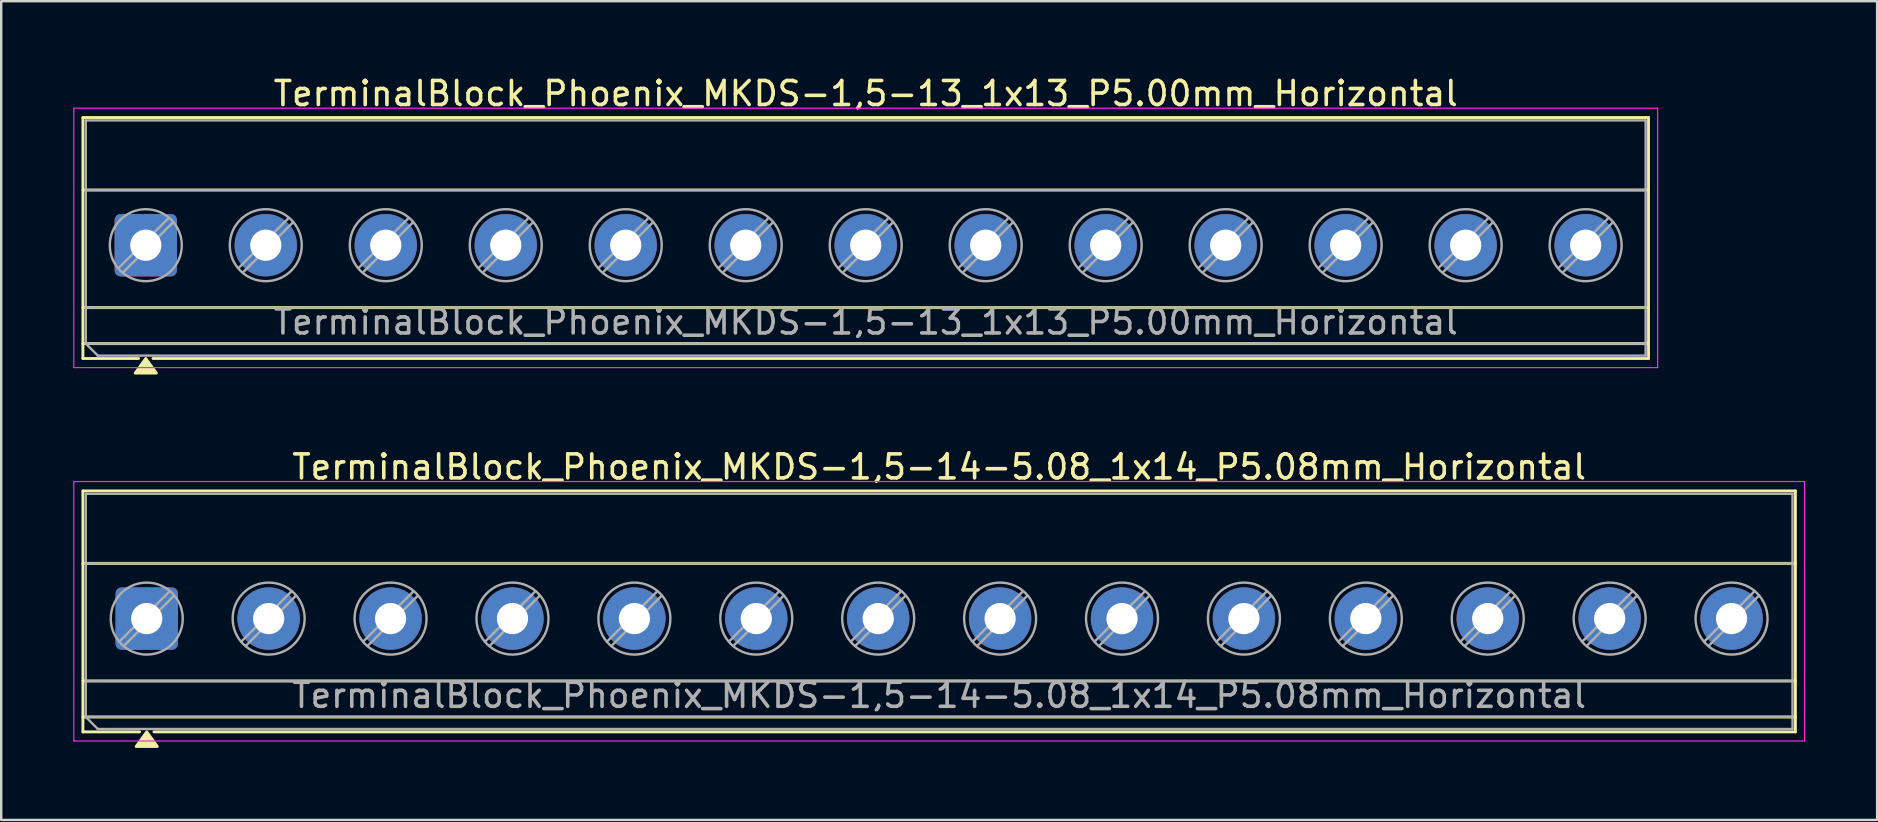
<source format=kicad_pcb>
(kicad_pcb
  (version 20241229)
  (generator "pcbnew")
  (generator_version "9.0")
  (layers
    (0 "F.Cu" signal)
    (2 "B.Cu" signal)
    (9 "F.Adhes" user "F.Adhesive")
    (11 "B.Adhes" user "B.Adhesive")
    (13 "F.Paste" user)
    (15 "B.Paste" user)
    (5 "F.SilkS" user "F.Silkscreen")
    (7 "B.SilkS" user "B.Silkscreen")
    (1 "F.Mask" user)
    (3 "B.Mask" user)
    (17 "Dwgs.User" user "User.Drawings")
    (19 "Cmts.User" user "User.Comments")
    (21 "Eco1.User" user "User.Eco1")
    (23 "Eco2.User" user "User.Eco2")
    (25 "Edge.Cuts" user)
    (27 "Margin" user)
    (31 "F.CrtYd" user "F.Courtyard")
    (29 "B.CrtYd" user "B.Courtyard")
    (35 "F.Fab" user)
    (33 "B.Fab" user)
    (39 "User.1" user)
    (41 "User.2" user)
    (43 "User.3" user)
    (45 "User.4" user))
  (footprint "TerminalBlock_Phoenix_MKDS-1,5-14-5.08_1x14_P5.08mm_Horizontal"
    (layer "F.Cu")
    (at 3.065 22.727)
    (property "Reference" "TerminalBlock_Phoenix_MKDS-1,5-14-5.08_1x14_P5.08mm_Horizontal" (at 33.02 -6.32 0) (layer "F.SilkS") (effects (font (size 1 1) (thickness 0.15))))
    (attr through_hole)
    (fp_line (start -2.66 -5.32) (end -2.66 4.72) (stroke (width 0.12) (type solid)) (layer "F.SilkS"))
    (fp_line (start -2.66 -5.32) (end 68.7 -5.32) (stroke (width 0.12) (type solid)) (layer "F.SilkS"))
    (fp_line (start -2.66 -2.3) (end 68.7 -2.3) (stroke (width 0.12) (type solid)) (layer "F.SilkS"))
    (fp_line (start -2.66 2.6) (end 68.7 2.6) (stroke (width 0.12) (type solid)) (layer "F.SilkS"))
    (fp_line (start -2.66 4.1) (end 68.7 4.1) (stroke (width 0.12) (type solid)) (layer "F.SilkS"))
    (fp_line (start -2.66 4.72) (end -0.3 4.72) (stroke (width 0.12) (type solid)) (layer "F.SilkS"))
    (fp_line (start 0.3 4.72) (end 68.7 4.72) (stroke (width 0.12) (type solid)) (layer "F.SilkS"))
    (fp_line (start 68.7 -5.32) (end 68.7 4.72) (stroke (width 0.12) (type solid)) (layer "F.SilkS"))
    (fp_poly (pts (xy 0 4.72) (xy 0.44 5.33) (xy -0.44 5.33)) (stroke (width 0.12) (type solid)) (fill yes) (layer "F.SilkS"))
    (fp_line (start -3.04 -5.71) (end -3.04 5.1) (stroke (width 0.05) (type solid)) (layer "F.CrtYd"))
    (fp_line (start -3.04 5.1) (end 69.08 5.1) (stroke (width 0.05) (type solid)) (layer "F.CrtYd"))
    (fp_line (start 69.08 -5.71) (end -3.04 -5.71) (stroke (width 0.05) (type solid)) (layer "F.CrtYd"))
    (fp_line (start 69.08 5.1) (end 69.08 -5.71) (stroke (width 0.05) (type solid)) (layer "F.CrtYd"))
    (fp_line (start -2.54 -5.2) (end 68.58 -5.2) (stroke (width 0.1) (type solid)) (layer "F.Fab"))
    (fp_line (start -2.54 -2.3) (end 68.58 -2.3) (stroke (width 0.1) (type solid)) (layer "F.Fab"))
    (fp_line (start -2.54 2.6) (end 68.58 2.6) (stroke (width 0.1) (type solid)) (layer "F.Fab"))
    (fp_line (start -2.54 4.1) (end -2.54 -5.2) (stroke (width 0.1) (type solid)) (layer "F.Fab"))
    (fp_line (start -2.54 4.1) (end 68.58 4.1) (stroke (width 0.1) (type solid)) (layer "F.Fab"))
    (fp_line (start -2.04 4.6) (end -2.54 4.1) (stroke (width 0.1) (type solid)) (layer "F.Fab"))
    (fp_line (start 0.955 -1.138) (end -1.138 0.955) (stroke (width 0.1) (type solid)) (layer "F.Fab"))
    (fp_line (start 1.138 -0.955) (end -0.955 1.138) (stroke (width 0.1) (type solid)) (layer "F.Fab"))
    (fp_line (start 6.035 -1.138) (end 3.942 0.955) (stroke (width 0.1) (type solid)) (layer "F.Fab"))
    (fp_line (start 6.218 -0.955) (end 4.125 1.138) (stroke (width 0.1) (type solid)) (layer "F.Fab"))
    (fp_line (start 11.115 -1.138) (end 9.022 0.955) (stroke (width 0.1) (type solid)) (layer "F.Fab"))
    (fp_line (start 11.298 -0.955) (end 9.205 1.138) (stroke (width 0.1) (type solid)) (layer "F.Fab"))
    (fp_line (start 16.195 -1.138) (end 14.102 0.955) (stroke (width 0.1) (type solid)) (layer "F.Fab"))
    (fp_line (start 16.378 -0.955) (end 14.285 1.138) (stroke (width 0.1) (type solid)) (layer "F.Fab"))
    (fp_line (start 21.275 -1.138) (end 19.182 0.955) (stroke (width 0.1) (type solid)) (layer "F.Fab"))
    (fp_line (start 21.458 -0.955) (end 19.365 1.138) (stroke (width 0.1) (type solid)) (layer "F.Fab"))
    (fp_line (start 26.355 -1.138) (end 24.262 0.955) (stroke (width 0.1) (type solid)) (layer "F.Fab"))
    (fp_line (start 26.538 -0.955) (end 24.445 1.138) (stroke (width 0.1) (type solid)) (layer "F.Fab"))
    (fp_line (start 31.435 -1.138) (end 29.342 0.955) (stroke (width 0.1) (type solid)) (layer "F.Fab"))
    (fp_line (start 31.618 -0.955) (end 29.525 1.138) (stroke (width 0.1) (type solid)) (layer "F.Fab"))
    (fp_line (start 36.515 -1.138) (end 34.422 0.955) (stroke (width 0.1) (type solid)) (layer "F.Fab"))
    (fp_line (start 36.698 -0.955) (end 34.605 1.138) (stroke (width 0.1) (type solid)) (layer "F.Fab"))
    (fp_line (start 41.595 -1.138) (end 39.502 0.955) (stroke (width 0.1) (type solid)) (layer "F.Fab"))
    (fp_line (start 41.778 -0.955) (end 39.685 1.138) (stroke (width 0.1) (type solid)) (layer "F.Fab"))
    (fp_line (start 46.675 -1.138) (end 44.582 0.955) (stroke (width 0.1) (type solid)) (layer "F.Fab"))
    (fp_line (start 46.858 -0.955) (end 44.765 1.138) (stroke (width 0.1) (type solid)) (layer "F.Fab"))
    (fp_line (start 51.755 -1.138) (end 49.662 0.955) (stroke (width 0.1) (type solid)) (layer "F.Fab"))
    (fp_line (start 51.938 -0.955) (end 49.845 1.138) (stroke (width 0.1) (type solid)) (layer "F.Fab"))
    (fp_line (start 56.835 -1.138) (end 54.742 0.955) (stroke (width 0.1) (type solid)) (layer "F.Fab"))
    (fp_line (start 57.018 -0.955) (end 54.925 1.138) (stroke (width 0.1) (type solid)) (layer "F.Fab"))
    (fp_line (start 61.915 -1.138) (end 59.822 0.955) (stroke (width 0.1) (type solid)) (layer "F.Fab"))
    (fp_line (start 62.098 -0.955) (end 60.005 1.138) (stroke (width 0.1) (type solid)) (layer "F.Fab"))
    (fp_line (start 66.995 -1.138) (end 64.902 0.955) (stroke (width 0.1) (type solid)) (layer "F.Fab"))
    (fp_line (start 67.178 -0.955) (end 65.085 1.138) (stroke (width 0.1) (type solid)) (layer "F.Fab"))
    (fp_line (start 68.58 -5.2) (end 68.58 4.6) (stroke (width 0.1) (type solid)) (layer "F.Fab"))
    (fp_line (start 68.58 4.6) (end -2.04 4.6) (stroke (width 0.1) (type solid)) (layer "F.Fab"))
    (fp_circle (center 0 0) (end 1.5 0) (stroke (width 0.1) (type solid)) (fill no) (layer "F.Fab"))
    (fp_circle (center 5.08 0) (end 6.58 0) (stroke (width 0.1) (type solid)) (fill no) (layer "F.Fab"))
    (fp_circle (center 10.16 0) (end 11.66 0) (stroke (width 0.1) (type solid)) (fill no) (layer "F.Fab"))
    (fp_circle (center 15.24 0) (end 16.74 0) (stroke (width 0.1) (type solid)) (fill no) (layer "F.Fab"))
    (fp_circle (center 20.32 0) (end 21.82 0) (stroke (width 0.1) (type solid)) (fill no) (layer "F.Fab"))
    (fp_circle (center 25.4 0) (end 26.9 0) (stroke (width 0.1) (type solid)) (fill no) (layer "F.Fab"))
    (fp_circle (center 30.48 0) (end 31.98 0) (stroke (width 0.1) (type solid)) (fill no) (layer "F.Fab"))
    (fp_circle (center 35.56 0) (end 37.06 0) (stroke (width 0.1) (type solid)) (fill no) (layer "F.Fab"))
    (fp_circle (center 40.64 0) (end 42.14 0) (stroke (width 0.1) (type solid)) (fill no) (layer "F.Fab"))
    (fp_circle (center 45.72 0) (end 47.22 0) (stroke (width 0.1) (type solid)) (fill no) (layer "F.Fab"))
    (fp_circle (center 50.8 0) (end 52.3 0) (stroke (width 0.1) (type solid)) (fill no) (layer "F.Fab"))
    (fp_circle (center 55.88 0) (end 57.38 0) (stroke (width 0.1) (type solid)) (fill no) (layer "F.Fab"))
    (fp_circle (center 60.96 0) (end 62.46 0) (stroke (width 0.1) (type solid)) (fill no) (layer "F.Fab"))
    (fp_circle (center 66.04 0) (end 67.54 0) (stroke (width 0.1) (type solid)) (fill no) (layer "F.Fab"))
    (fp_text user "${REFERENCE}" (at 33.02 3.2 0) (layer "F.Fab") (effects (font (size 1 1) (thickness 0.15))))
    (pad "1" thru_hole roundrect (at 0 0) (size 2.6 2.6) (drill 1.3) (layers "*.Cu" "*.Mask") (roundrect_rratio 0.096))
    (pad "2" thru_hole circle (at 5.08 0) (size 2.6 2.6) (drill 1.3) (layers "*.Cu" "*.Mask"))
    (pad "3" thru_hole circle (at 10.16 0) (size 2.6 2.6) (drill 1.3) (layers "*.Cu" "*.Mask"))
    (pad "4" thru_hole circle (at 15.24 0) (size 2.6 2.6) (drill 1.3) (layers "*.Cu" "*.Mask"))
    (pad "5" thru_hole circle (at 20.32 0) (size 2.6 2.6) (drill 1.3) (layers "*.Cu" "*.Mask"))
    (pad "6" thru_hole circle (at 25.4 0) (size 2.6 2.6) (drill 1.3) (layers "*.Cu" "*.Mask"))
    (pad "7" thru_hole circle (at 30.48 0) (size 2.6 2.6) (drill 1.3) (layers "*.Cu" "*.Mask"))
    (pad "8" thru_hole circle (at 35.56 0) (size 2.6 2.6) (drill 1.3) (layers "*.Cu" "*.Mask"))
    (pad "9" thru_hole circle (at 40.64 0) (size 2.6 2.6) (drill 1.3) (layers "*.Cu" "*.Mask"))
    (pad "10" thru_hole circle (at 45.72 0) (size 2.6 2.6) (drill 1.3) (layers "*.Cu" "*.Mask"))
    (pad "11" thru_hole circle (at 50.8 0) (size 2.6 2.6) (drill 1.3) (layers "*.Cu" "*.Mask"))
    (pad "12" thru_hole circle (at 55.88 0) (size 2.6 2.6) (drill 1.3) (layers "*.Cu" "*.Mask"))
    (pad "13" thru_hole circle (at 60.96 0) (size 2.6 2.6) (drill 1.3) (layers "*.Cu" "*.Mask"))
    (pad "14" thru_hole circle (at 66.04 0) (size 2.6 2.6) (drill 1.3) (layers "*.Cu" "*.Mask")))
  (footprint "TerminalBlock_Phoenix_MKDS-1,5-13_1x13_P5.00mm_Horizontal"
    (layer "F.Cu")
    (at 3.025 7.168)
    (property "Reference" "TerminalBlock_Phoenix_MKDS-1,5-13_1x13_P5.00mm_Horizontal" (at 30 -6.32 0) (layer "F.SilkS") (effects (font (size 1 1) (thickness 0.15))))
    (attr through_hole)
    (fp_line (start -2.62 -5.32) (end -2.62 4.72) (stroke (width 0.12) (type solid)) (layer "F.SilkS"))
    (fp_line (start -2.62 -5.32) (end 62.62 -5.32) (stroke (width 0.12) (type solid)) (layer "F.SilkS"))
    (fp_line (start -2.62 -2.3) (end 62.62 -2.3) (stroke (width 0.12) (type solid)) (layer "F.SilkS"))
    (fp_line (start -2.62 2.6) (end 62.62 2.6) (stroke (width 0.12) (type solid)) (layer "F.SilkS"))
    (fp_line (start -2.62 4.1) (end 62.62 4.1) (stroke (width 0.12) (type solid)) (layer "F.SilkS"))
    (fp_line (start -2.62 4.72) (end -0.3 4.72) (stroke (width 0.12) (type solid)) (layer "F.SilkS"))
    (fp_line (start 0.3 4.72) (end 62.62 4.72) (stroke (width 0.12) (type solid)) (layer "F.SilkS"))
    (fp_line (start 62.62 -5.32) (end 62.62 4.72) (stroke (width 0.12) (type solid)) (layer "F.SilkS"))
    (fp_poly (pts (xy 0 4.72) (xy 0.44 5.33) (xy -0.44 5.33)) (stroke (width 0.12) (type solid)) (fill yes) (layer "F.SilkS"))
    (fp_line (start -3 -5.71) (end -3 5.1) (stroke (width 0.05) (type solid)) (layer "F.CrtYd"))
    (fp_line (start -3 5.1) (end 63 5.1) (stroke (width 0.05) (type solid)) (layer "F.CrtYd"))
    (fp_line (start 63 -5.71) (end -3 -5.71) (stroke (width 0.05) (type solid)) (layer "F.CrtYd"))
    (fp_line (start 63 5.1) (end 63 -5.71) (stroke (width 0.05) (type solid)) (layer "F.CrtYd"))
    (fp_line (start -2.5 -5.2) (end 62.5 -5.2) (stroke (width 0.1) (type solid)) (layer "F.Fab"))
    (fp_line (start -2.5 -2.3) (end 62.5 -2.3) (stroke (width 0.1) (type solid)) (layer "F.Fab"))
    (fp_line (start -2.5 2.6) (end 62.5 2.6) (stroke (width 0.1) (type solid)) (layer "F.Fab"))
    (fp_line (start -2.5 4.1) (end -2.5 -5.2) (stroke (width 0.1) (type solid)) (layer "F.Fab"))
    (fp_line (start -2.5 4.1) (end 62.5 4.1) (stroke (width 0.1) (type solid)) (layer "F.Fab"))
    (fp_line (start -2 4.6) (end -2.5 4.1) (stroke (width 0.1) (type solid)) (layer "F.Fab"))
    (fp_line (start 0.955 -1.138) (end -1.138 0.955) (stroke (width 0.1) (type solid)) (layer "F.Fab"))
    (fp_line (start 1.138 -0.955) (end -0.955 1.138) (stroke (width 0.1) (type solid)) (layer "F.Fab"))
    (fp_line (start 5.955 -1.138) (end 3.862 0.955) (stroke (width 0.1) (type solid)) (layer "F.Fab"))
    (fp_line (start 6.138 -0.955) (end 4.045 1.138) (stroke (width 0.1) (type solid)) (layer "F.Fab"))
    (fp_line (start 10.955 -1.138) (end 8.862 0.955) (stroke (width 0.1) (type solid)) (layer "F.Fab"))
    (fp_line (start 11.138 -0.955) (end 9.045 1.138) (stroke (width 0.1) (type solid)) (layer "F.Fab"))
    (fp_line (start 15.955 -1.138) (end 13.862 0.955) (stroke (width 0.1) (type solid)) (layer "F.Fab"))
    (fp_line (start 16.138 -0.955) (end 14.045 1.138) (stroke (width 0.1) (type solid)) (layer "F.Fab"))
    (fp_line (start 20.955 -1.138) (end 18.862 0.955) (stroke (width 0.1) (type solid)) (layer "F.Fab"))
    (fp_line (start 21.138 -0.955) (end 19.045 1.138) (stroke (width 0.1) (type solid)) (layer "F.Fab"))
    (fp_line (start 25.955 -1.138) (end 23.862 0.955) (stroke (width 0.1) (type solid)) (layer "F.Fab"))
    (fp_line (start 26.138 -0.955) (end 24.045 1.138) (stroke (width 0.1) (type solid)) (layer "F.Fab"))
    (fp_line (start 30.955 -1.138) (end 28.862 0.955) (stroke (width 0.1) (type solid)) (layer "F.Fab"))
    (fp_line (start 31.138 -0.955) (end 29.045 1.138) (stroke (width 0.1) (type solid)) (layer "F.Fab"))
    (fp_line (start 35.955 -1.138) (end 33.862 0.955) (stroke (width 0.1) (type solid)) (layer "F.Fab"))
    (fp_line (start 36.138 -0.955) (end 34.045 1.138) (stroke (width 0.1) (type solid)) (layer "F.Fab"))
    (fp_line (start 40.955 -1.138) (end 38.862 0.955) (stroke (width 0.1) (type solid)) (layer "F.Fab"))
    (fp_line (start 41.138 -0.955) (end 39.045 1.138) (stroke (width 0.1) (type solid)) (layer "F.Fab"))
    (fp_line (start 45.955 -1.138) (end 43.862 0.955) (stroke (width 0.1) (type solid)) (layer "F.Fab"))
    (fp_line (start 46.138 -0.955) (end 44.045 1.138) (stroke (width 0.1) (type solid)) (layer "F.Fab"))
    (fp_line (start 50.955 -1.138) (end 48.862 0.955) (stroke (width 0.1) (type solid)) (layer "F.Fab"))
    (fp_line (start 51.138 -0.955) (end 49.045 1.138) (stroke (width 0.1) (type solid)) (layer "F.Fab"))
    (fp_line (start 55.955 -1.138) (end 53.862 0.955) (stroke (width 0.1) (type solid)) (layer "F.Fab"))
    (fp_line (start 56.138 -0.955) (end 54.045 1.138) (stroke (width 0.1) (type solid)) (layer "F.Fab"))
    (fp_line (start 60.955 -1.138) (end 58.862 0.955) (stroke (width 0.1) (type solid)) (layer "F.Fab"))
    (fp_line (start 61.138 -0.955) (end 59.045 1.138) (stroke (width 0.1) (type solid)) (layer "F.Fab"))
    (fp_line (start 62.5 -5.2) (end 62.5 4.6) (stroke (width 0.1) (type solid)) (layer "F.Fab"))
    (fp_line (start 62.5 4.6) (end -2 4.6) (stroke (width 0.1) (type solid)) (layer "F.Fab"))
    (fp_circle (center 0 0) (end 1.5 0) (stroke (width 0.1) (type solid)) (fill no) (layer "F.Fab"))
    (fp_circle (center 5 0) (end 6.5 0) (stroke (width 0.1) (type solid)) (fill no) (layer "F.Fab"))
    (fp_circle (center 10 0) (end 11.5 0) (stroke (width 0.1) (type solid)) (fill no) (layer "F.Fab"))
    (fp_circle (center 15 0) (end 16.5 0) (stroke (width 0.1) (type solid)) (fill no) (layer "F.Fab"))
    (fp_circle (center 20 0) (end 21.5 0) (stroke (width 0.1) (type solid)) (fill no) (layer "F.Fab"))
    (fp_circle (center 25 0) (end 26.5 0) (stroke (width 0.1) (type solid)) (fill no) (layer "F.Fab"))
    (fp_circle (center 30 0) (end 31.5 0) (stroke (width 0.1) (type solid)) (fill no) (layer "F.Fab"))
    (fp_circle (center 35 0) (end 36.5 0) (stroke (width 0.1) (type solid)) (fill no) (layer "F.Fab"))
    (fp_circle (center 40 0) (end 41.5 0) (stroke (width 0.1) (type solid)) (fill no) (layer "F.Fab"))
    (fp_circle (center 45 0) (end 46.5 0) (stroke (width 0.1) (type solid)) (fill no) (layer "F.Fab"))
    (fp_circle (center 50 0) (end 51.5 0) (stroke (width 0.1) (type solid)) (fill no) (layer "F.Fab"))
    (fp_circle (center 55 0) (end 56.5 0) (stroke (width 0.1) (type solid)) (fill no) (layer "F.Fab"))
    (fp_circle (center 60 0) (end 61.5 0) (stroke (width 0.1) (type solid)) (fill no) (layer "F.Fab"))
    (fp_text user "${REFERENCE}" (at 30 3.2 0) (layer "F.Fab") (effects (font (size 1 1) (thickness 0.15))))
    (pad "1" thru_hole roundrect (at 0 0) (size 2.6 2.6) (drill 1.3) (layers "*.Cu" "*.Mask") (roundrect_rratio 0.096))
    (pad "2" thru_hole circle (at 5 0) (size 2.6 2.6) (drill 1.3) (layers "*.Cu" "*.Mask"))
    (pad "3" thru_hole circle (at 10 0) (size 2.6 2.6) (drill 1.3) (layers "*.Cu" "*.Mask"))
    (pad "4" thru_hole circle (at 15 0) (size 2.6 2.6) (drill 1.3) (layers "*.Cu" "*.Mask"))
    (pad "5" thru_hole circle (at 20 0) (size 2.6 2.6) (drill 1.3) (layers "*.Cu" "*.Mask"))
    (pad "6" thru_hole circle (at 25 0) (size 2.6 2.6) (drill 1.3) (layers "*.Cu" "*.Mask"))
    (pad "7" thru_hole circle (at 30 0) (size 2.6 2.6) (drill 1.3) (layers "*.Cu" "*.Mask"))
    (pad "8" thru_hole circle (at 35 0) (size 2.6 2.6) (drill 1.3) (layers "*.Cu" "*.Mask"))
    (pad "9" thru_hole circle (at 40 0) (size 2.6 2.6) (drill 1.3) (layers "*.Cu" "*.Mask"))
    (pad "10" thru_hole circle (at 45 0) (size 2.6 2.6) (drill 1.3) (layers "*.Cu" "*.Mask"))
    (pad "11" thru_hole circle (at 50 0) (size 2.6 2.6) (drill 1.3) (layers "*.Cu" "*.Mask"))
    (pad "12" thru_hole circle (at 55 0) (size 2.6 2.6) (drill 1.3) (layers "*.Cu" "*.Mask"))
    (pad "13" thru_hole circle (at 60 0) (size 2.6 2.6) (drill 1.3) (layers "*.Cu" "*.Mask")))
  (gr_rect
    (start -3 -3)
    (end 75.17 31.116)
    (stroke (width 0.1) (type default))
    (fill no)
    (layer "Edge.Cuts")))
</source>
